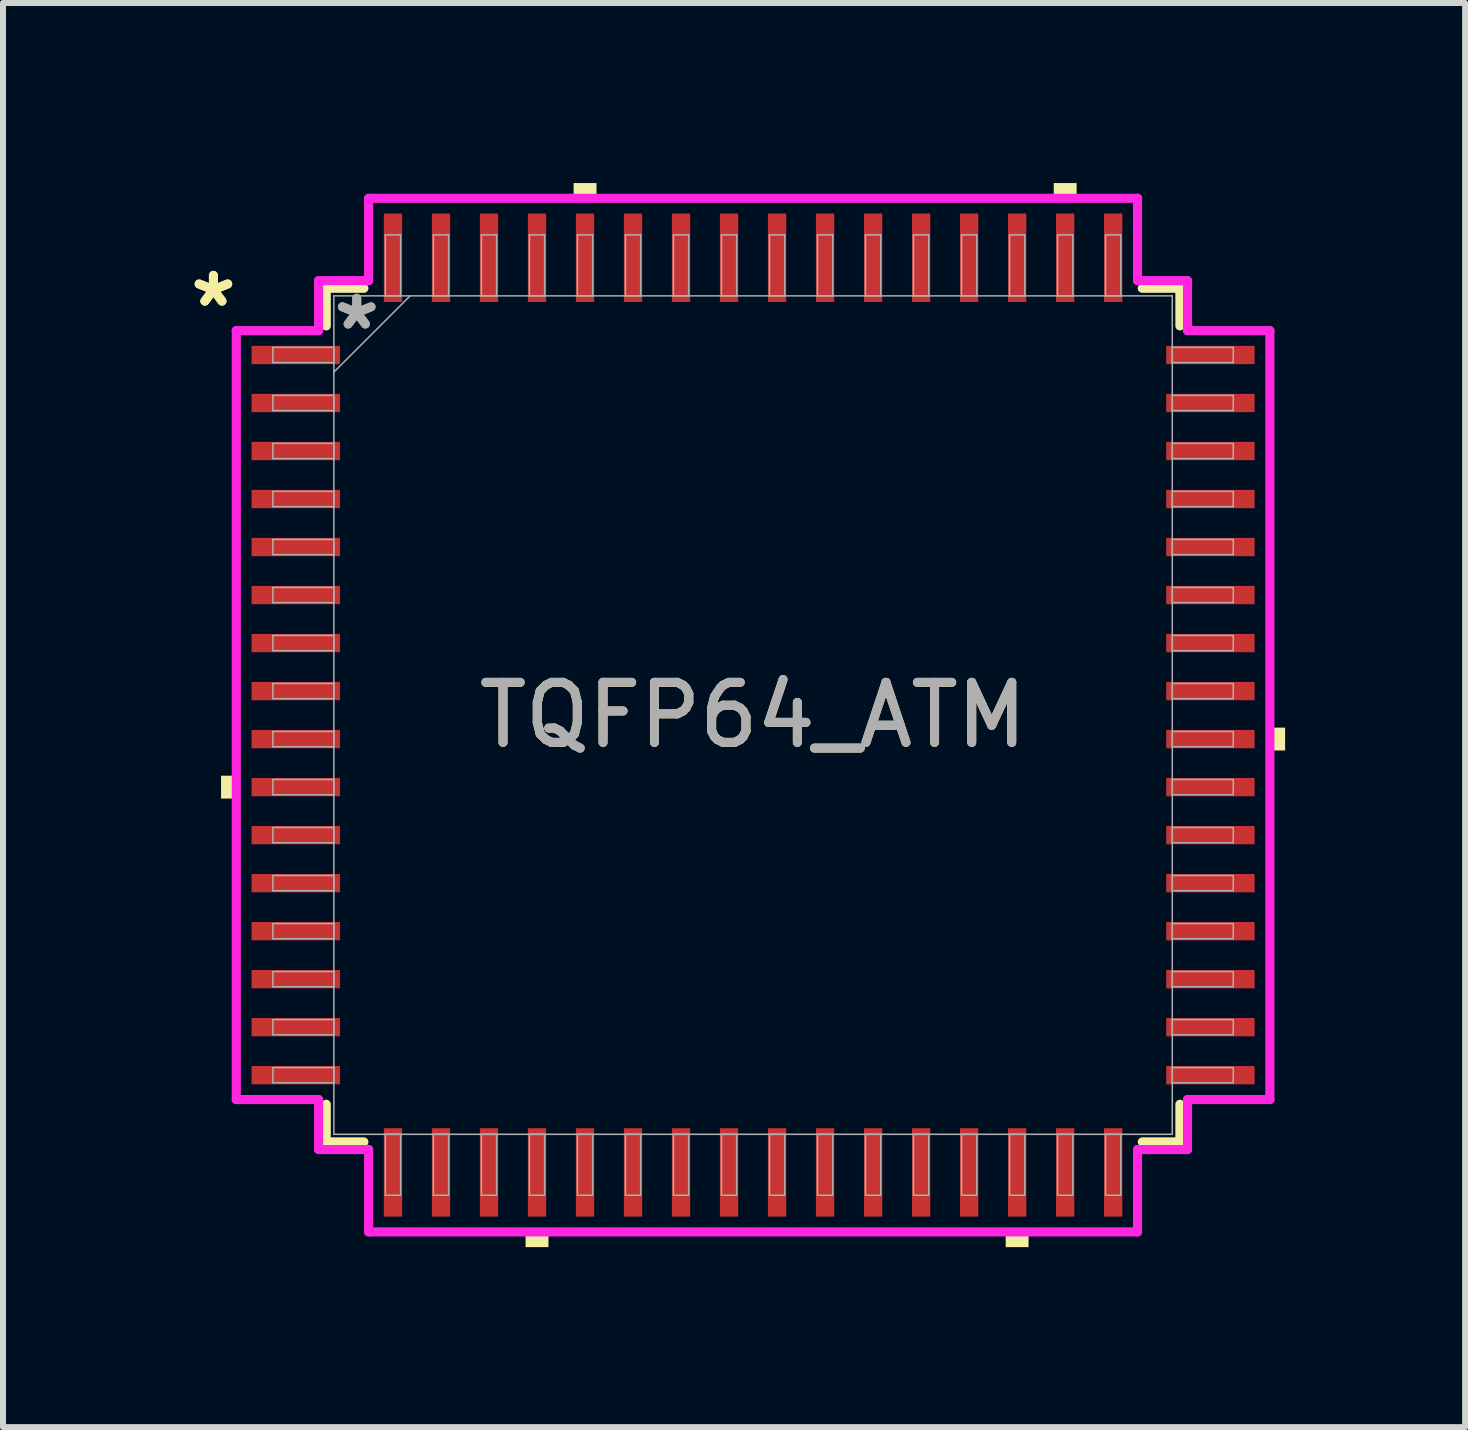
<source format=kicad_pcb>
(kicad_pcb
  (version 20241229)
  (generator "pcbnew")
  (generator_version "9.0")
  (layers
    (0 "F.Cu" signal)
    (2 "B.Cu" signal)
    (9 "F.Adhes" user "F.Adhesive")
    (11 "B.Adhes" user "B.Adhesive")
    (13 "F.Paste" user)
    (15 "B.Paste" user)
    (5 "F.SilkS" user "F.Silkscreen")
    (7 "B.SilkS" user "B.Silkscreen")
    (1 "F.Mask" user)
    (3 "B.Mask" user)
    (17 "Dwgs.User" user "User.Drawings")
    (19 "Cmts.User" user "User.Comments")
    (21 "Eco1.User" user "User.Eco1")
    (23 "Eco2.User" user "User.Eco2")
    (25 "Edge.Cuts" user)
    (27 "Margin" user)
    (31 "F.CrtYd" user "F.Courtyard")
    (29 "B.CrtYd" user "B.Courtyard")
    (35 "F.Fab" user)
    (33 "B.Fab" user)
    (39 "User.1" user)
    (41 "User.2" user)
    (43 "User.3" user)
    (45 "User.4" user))
  (footprint "TQFP64_ATM"
    (layer "F.Cu")
    (at 9.498 8.865)
    (property "Reference" "TQFP64_ATM" (at 0 0 0) (unlocked yes) (layer "F.SilkS") (effects (font (size 1 1) (thickness 0.15))))
    (attr smd)
    (fp_line (start -7.112 -7.112) (end -7.112 -6.485) (stroke (width 0.152) (type solid)) (layer "F.SilkS"))
    (fp_line (start -7.112 6.485) (end -7.112 7.112) (stroke (width 0.152) (type solid)) (layer "F.SilkS"))
    (fp_line (start -7.112 7.112) (end -6.485 7.112) (stroke (width 0.152) (type solid)) (layer "F.SilkS"))
    (fp_line (start -6.485 -7.112) (end -7.112 -7.112) (stroke (width 0.152) (type solid)) (layer "F.SilkS"))
    (fp_line (start 6.485 7.112) (end 7.112 7.112) (stroke (width 0.152) (type solid)) (layer "F.SilkS"))
    (fp_line (start 7.112 -7.112) (end 6.485 -7.112) (stroke (width 0.152) (type solid)) (layer "F.SilkS"))
    (fp_line (start 7.112 -6.485) (end 7.112 -7.112) (stroke (width 0.152) (type solid)) (layer "F.SilkS"))
    (fp_line (start 7.112 7.112) (end 7.112 6.485) (stroke (width 0.152) (type solid)) (layer "F.SilkS"))
    (fp_poly (pts (xy -8.865 1.01) (xy -8.865 1.391) (xy -8.611 1.391) (xy -8.611 1.01)) (stroke (width 0) (type solid)) (fill yes) (layer "F.SilkS"))
    (fp_poly (pts (xy -3.791 8.611) (xy -3.791 8.865) (xy -3.409 8.865) (xy -3.409 8.611)) (stroke (width 0) (type solid)) (fill yes) (layer "F.SilkS"))
    (fp_poly (pts (xy -2.99 -8.611) (xy -2.99 -8.865) (xy -2.609 -8.865) (xy -2.609 -8.611)) (stroke (width 0) (type solid)) (fill yes) (layer "F.SilkS"))
    (fp_poly (pts (xy 4.209 8.611) (xy 4.209 8.865) (xy 4.59 8.865) (xy 4.59 8.611)) (stroke (width 0) (type solid)) (fill yes) (layer "F.SilkS"))
    (fp_poly (pts (xy 5.01 -8.611) (xy 5.01 -8.865) (xy 5.391 -8.865) (xy 5.391 -8.611)) (stroke (width 0) (type solid)) (fill yes) (layer "F.SilkS"))
    (fp_poly (pts (xy 8.865 0.209) (xy 8.865 0.59) (xy 8.611 0.59) (xy 8.611 0.209)) (stroke (width 0) (type solid)) (fill yes) (layer "F.SilkS"))
    (fp_line (start -8.611 -6.406) (end -7.239 -6.406) (stroke (width 0.152) (type solid)) (layer "F.CrtYd"))
    (fp_line (start -8.611 6.406) (end -8.611 -6.406) (stroke (width 0.152) (type solid)) (layer "F.CrtYd"))
    (fp_line (start -7.239 -7.239) (end -6.406 -7.239) (stroke (width 0.152) (type solid)) (layer "F.CrtYd"))
    (fp_line (start -7.239 -6.406) (end -7.239 -7.239) (stroke (width 0.152) (type solid)) (layer "F.CrtYd"))
    (fp_line (start -7.239 6.406) (end -8.611 6.406) (stroke (width 0.152) (type solid)) (layer "F.CrtYd"))
    (fp_line (start -7.239 7.239) (end -7.239 6.406) (stroke (width 0.152) (type solid)) (layer "F.CrtYd"))
    (fp_line (start -7.239 7.239) (end -6.406 7.239) (stroke (width 0.152) (type solid)) (layer "F.CrtYd"))
    (fp_line (start -6.406 -8.611) (end 6.406 -8.611) (stroke (width 0.152) (type solid)) (layer "F.CrtYd"))
    (fp_line (start -6.406 -7.239) (end -6.406 -8.611) (stroke (width 0.152) (type solid)) (layer "F.CrtYd"))
    (fp_line (start -6.406 7.239) (end -6.406 8.611) (stroke (width 0.152) (type solid)) (layer "F.CrtYd"))
    (fp_line (start -6.406 8.611) (end 6.406 8.611) (stroke (width 0.152) (type solid)) (layer "F.CrtYd"))
    (fp_line (start 6.406 -8.611) (end 6.406 -7.239) (stroke (width 0.152) (type solid)) (layer "F.CrtYd"))
    (fp_line (start 6.406 -7.239) (end 7.239 -7.239) (stroke (width 0.152) (type solid)) (layer "F.CrtYd"))
    (fp_line (start 6.406 7.239) (end 7.239 7.239) (stroke (width 0.152) (type solid)) (layer "F.CrtYd"))
    (fp_line (start 6.406 8.611) (end 6.406 7.239) (stroke (width 0.152) (type solid)) (layer "F.CrtYd"))
    (fp_line (start 7.239 -6.406) (end 7.239 -7.239) (stroke (width 0.152) (type solid)) (layer "F.CrtYd"))
    (fp_line (start 7.239 6.406) (end 8.611 6.406) (stroke (width 0.152) (type solid)) (layer "F.CrtYd"))
    (fp_line (start 7.239 7.239) (end 7.239 6.406) (stroke (width 0.152) (type solid)) (layer "F.CrtYd"))
    (fp_line (start 8.611 -6.406) (end 7.239 -6.406) (stroke (width 0.152) (type solid)) (layer "F.CrtYd"))
    (fp_line (start 8.611 6.406) (end 8.611 -6.406) (stroke (width 0.152) (type solid)) (layer "F.CrtYd"))
    (fp_line (start -8.001 -6.127) (end -8.001 -5.873) (stroke (width 0.025) (type solid)) (layer "F.Fab"))
    (fp_line (start -8.001 -5.873) (end -6.985 -5.873) (stroke (width 0.025) (type solid)) (layer "F.Fab"))
    (fp_line (start -8.001 -5.327) (end -8.001 -5.073) (stroke (width 0.025) (type solid)) (layer "F.Fab"))
    (fp_line (start -8.001 -5.073) (end -6.985 -5.073) (stroke (width 0.025) (type solid)) (layer "F.Fab"))
    (fp_line (start -8.001 -4.527) (end -8.001 -4.273) (stroke (width 0.025) (type solid)) (layer "F.Fab"))
    (fp_line (start -8.001 -4.273) (end -6.985 -4.273) (stroke (width 0.025) (type solid)) (layer "F.Fab"))
    (fp_line (start -8.001 -3.727) (end -8.001 -3.473) (stroke (width 0.025) (type solid)) (layer "F.Fab"))
    (fp_line (start -8.001 -3.473) (end -6.985 -3.473) (stroke (width 0.025) (type solid)) (layer "F.Fab"))
    (fp_line (start -8.001 -2.927) (end -8.001 -2.673) (stroke (width 0.025) (type solid)) (layer "F.Fab"))
    (fp_line (start -8.001 -2.673) (end -6.985 -2.673) (stroke (width 0.025) (type solid)) (layer "F.Fab"))
    (fp_line (start -8.001 -2.127) (end -8.001 -1.873) (stroke (width 0.025) (type solid)) (layer "F.Fab"))
    (fp_line (start -8.001 -1.873) (end -6.985 -1.873) (stroke (width 0.025) (type solid)) (layer "F.Fab"))
    (fp_line (start -8.001 -1.327) (end -8.001 -1.073) (stroke (width 0.025) (type solid)) (layer "F.Fab"))
    (fp_line (start -8.001 -1.073) (end -6.985 -1.073) (stroke (width 0.025) (type solid)) (layer "F.Fab"))
    (fp_line (start -8.001 -0.527) (end -8.001 -0.273) (stroke (width 0.025) (type solid)) (layer "F.Fab"))
    (fp_line (start -8.001 -0.273) (end -6.985 -0.273) (stroke (width 0.025) (type solid)) (layer "F.Fab"))
    (fp_line (start -8.001 0.273) (end -8.001 0.527) (stroke (width 0.025) (type solid)) (layer "F.Fab"))
    (fp_line (start -8.001 0.527) (end -6.985 0.527) (stroke (width 0.025) (type solid)) (layer "F.Fab"))
    (fp_line (start -8.001 1.073) (end -8.001 1.327) (stroke (width 0.025) (type solid)) (layer "F.Fab"))
    (fp_line (start -8.001 1.327) (end -6.985 1.327) (stroke (width 0.025) (type solid)) (layer "F.Fab"))
    (fp_line (start -8.001 1.873) (end -8.001 2.127) (stroke (width 0.025) (type solid)) (layer "F.Fab"))
    (fp_line (start -8.001 2.127) (end -6.985 2.127) (stroke (width 0.025) (type solid)) (layer "F.Fab"))
    (fp_line (start -8.001 2.673) (end -8.001 2.927) (stroke (width 0.025) (type solid)) (layer "F.Fab"))
    (fp_line (start -8.001 2.927) (end -6.985 2.927) (stroke (width 0.025) (type solid)) (layer "F.Fab"))
    (fp_line (start -8.001 3.473) (end -8.001 3.727) (stroke (width 0.025) (type solid)) (layer "F.Fab"))
    (fp_line (start -8.001 3.727) (end -6.985 3.727) (stroke (width 0.025) (type solid)) (layer "F.Fab"))
    (fp_line (start -8.001 4.273) (end -8.001 4.527) (stroke (width 0.025) (type solid)) (layer "F.Fab"))
    (fp_line (start -8.001 4.527) (end -6.985 4.527) (stroke (width 0.025) (type solid)) (layer "F.Fab"))
    (fp_line (start -8.001 5.073) (end -8.001 5.327) (stroke (width 0.025) (type solid)) (layer "F.Fab"))
    (fp_line (start -8.001 5.327) (end -6.985 5.327) (stroke (width 0.025) (type solid)) (layer "F.Fab"))
    (fp_line (start -8.001 5.873) (end -8.001 6.127) (stroke (width 0.025) (type solid)) (layer "F.Fab"))
    (fp_line (start -8.001 6.127) (end -6.985 6.127) (stroke (width 0.025) (type solid)) (layer "F.Fab"))
    (fp_line (start -6.985 -6.985) (end -6.985 -6.985) (stroke (width 0.025) (type solid)) (layer "F.Fab"))
    (fp_line (start -6.985 -6.985) (end -6.985 6.985) (stroke (width 0.025) (type solid)) (layer "F.Fab"))
    (fp_line (start -6.985 -6.127) (end -8.001 -6.127) (stroke (width 0.025) (type solid)) (layer "F.Fab"))
    (fp_line (start -6.985 -5.873) (end -6.985 -6.127) (stroke (width 0.025) (type solid)) (layer "F.Fab"))
    (fp_line (start -6.985 -5.715) (end -5.715 -6.985) (stroke (width 0.025) (type solid)) (layer "F.Fab"))
    (fp_line (start -6.985 -5.327) (end -8.001 -5.327) (stroke (width 0.025) (type solid)) (layer "F.Fab"))
    (fp_line (start -6.985 -5.073) (end -6.985 -5.327) (stroke (width 0.025) (type solid)) (layer "F.Fab"))
    (fp_line (start -6.985 -4.527) (end -8.001 -4.527) (stroke (width 0.025) (type solid)) (layer "F.Fab"))
    (fp_line (start -6.985 -4.273) (end -6.985 -4.527) (stroke (width 0.025) (type solid)) (layer "F.Fab"))
    (fp_line (start -6.985 -3.727) (end -8.001 -3.727) (stroke (width 0.025) (type solid)) (layer "F.Fab"))
    (fp_line (start -6.985 -3.473) (end -6.985 -3.727) (stroke (width 0.025) (type solid)) (layer "F.Fab"))
    (fp_line (start -6.985 -2.927) (end -8.001 -2.927) (stroke (width 0.025) (type solid)) (layer "F.Fab"))
    (fp_line (start -6.985 -2.673) (end -6.985 -2.927) (stroke (width 0.025) (type solid)) (layer "F.Fab"))
    (fp_line (start -6.985 -2.127) (end -8.001 -2.127) (stroke (width 0.025) (type solid)) (layer "F.Fab"))
    (fp_line (start -6.985 -1.873) (end -6.985 -2.127) (stroke (width 0.025) (type solid)) (layer "F.Fab"))
    (fp_line (start -6.985 -1.327) (end -8.001 -1.327) (stroke (width 0.025) (type solid)) (layer "F.Fab"))
    (fp_line (start -6.985 -1.073) (end -6.985 -1.327) (stroke (width 0.025) (type solid)) (layer "F.Fab"))
    (fp_line (start -6.985 -0.527) (end -8.001 -0.527) (stroke (width 0.025) (type solid)) (layer "F.Fab"))
    (fp_line (start -6.985 -0.273) (end -6.985 -0.527) (stroke (width 0.025) (type solid)) (layer "F.Fab"))
    (fp_line (start -6.985 0.273) (end -8.001 0.273) (stroke (width 0.025) (type solid)) (layer "F.Fab"))
    (fp_line (start -6.985 0.527) (end -6.985 0.273) (stroke (width 0.025) (type solid)) (layer "F.Fab"))
    (fp_line (start -6.985 1.073) (end -8.001 1.073) (stroke (width 0.025) (type solid)) (layer "F.Fab"))
    (fp_line (start -6.985 1.327) (end -6.985 1.073) (stroke (width 0.025) (type solid)) (layer "F.Fab"))
    (fp_line (start -6.985 1.873) (end -8.001 1.873) (stroke (width 0.025) (type solid)) (layer "F.Fab"))
    (fp_line (start -6.985 2.127) (end -6.985 1.873) (stroke (width 0.025) (type solid)) (layer "F.Fab"))
    (fp_line (start -6.985 2.673) (end -8.001 2.673) (stroke (width 0.025) (type solid)) (layer "F.Fab"))
    (fp_line (start -6.985 2.927) (end -6.985 2.673) (stroke (width 0.025) (type solid)) (layer "F.Fab"))
    (fp_line (start -6.985 3.473) (end -8.001 3.473) (stroke (width 0.025) (type solid)) (layer "F.Fab"))
    (fp_line (start -6.985 3.727) (end -6.985 3.473) (stroke (width 0.025) (type solid)) (layer "F.Fab"))
    (fp_line (start -6.985 4.273) (end -8.001 4.273) (stroke (width 0.025) (type solid)) (layer "F.Fab"))
    (fp_line (start -6.985 4.527) (end -6.985 4.273) (stroke (width 0.025) (type solid)) (layer "F.Fab"))
    (fp_line (start -6.985 5.073) (end -8.001 5.073) (stroke (width 0.025) (type solid)) (layer "F.Fab"))
    (fp_line (start -6.985 5.327) (end -6.985 5.073) (stroke (width 0.025) (type solid)) (layer "F.Fab"))
    (fp_line (start -6.985 5.873) (end -8.001 5.873) (stroke (width 0.025) (type solid)) (layer "F.Fab"))
    (fp_line (start -6.985 6.127) (end -6.985 5.873) (stroke (width 0.025) (type solid)) (layer "F.Fab"))
    (fp_line (start -6.985 6.985) (end -6.985 6.985) (stroke (width 0.025) (type solid)) (layer "F.Fab"))
    (fp_line (start -6.985 6.985) (end 6.985 6.985) (stroke (width 0.025) (type solid)) (layer "F.Fab"))
    (fp_line (start -6.127 -8.001) (end -6.127 -6.985) (stroke (width 0.025) (type solid)) (layer "F.Fab"))
    (fp_line (start -6.127 -6.985) (end -5.873 -6.985) (stroke (width 0.025) (type solid)) (layer "F.Fab"))
    (fp_line (start -6.127 6.985) (end -6.127 8.001) (stroke (width 0.025) (type solid)) (layer "F.Fab"))
    (fp_line (start -6.127 8.001) (end -5.873 8.001) (stroke (width 0.025) (type solid)) (layer "F.Fab"))
    (fp_line (start -5.873 -8.001) (end -6.127 -8.001) (stroke (width 0.025) (type solid)) (layer "F.Fab"))
    (fp_line (start -5.873 -6.985) (end -5.873 -8.001) (stroke (width 0.025) (type solid)) (layer "F.Fab"))
    (fp_line (start -5.873 6.985) (end -6.127 6.985) (stroke (width 0.025) (type solid)) (layer "F.Fab"))
    (fp_line (start -5.873 8.001) (end -5.873 6.985) (stroke (width 0.025) (type solid)) (layer "F.Fab"))
    (fp_line (start -5.327 -8.001) (end -5.327 -6.985) (stroke (width 0.025) (type solid)) (layer "F.Fab"))
    (fp_line (start -5.327 -6.985) (end -5.073 -6.985) (stroke (width 0.025) (type solid)) (layer "F.Fab"))
    (fp_line (start -5.327 6.985) (end -5.327 8.001) (stroke (width 0.025) (type solid)) (layer "F.Fab"))
    (fp_line (start -5.327 8.001) (end -5.073 8.001) (stroke (width 0.025) (type solid)) (layer "F.Fab"))
    (fp_line (start -5.073 -8.001) (end -5.327 -8.001) (stroke (width 0.025) (type solid)) (layer "F.Fab"))
    (fp_line (start -5.073 -6.985) (end -5.073 -8.001) (stroke (width 0.025) (type solid)) (layer "F.Fab"))
    (fp_line (start -5.073 6.985) (end -5.327 6.985) (stroke (width 0.025) (type solid)) (layer "F.Fab"))
    (fp_line (start -5.073 8.001) (end -5.073 6.985) (stroke (width 0.025) (type solid)) (layer "F.Fab"))
    (fp_line (start -4.527 -8.001) (end -4.527 -6.985) (stroke (width 0.025) (type solid)) (layer "F.Fab"))
    (fp_line (start -4.527 -6.985) (end -4.273 -6.985) (stroke (width 0.025) (type solid)) (layer "F.Fab"))
    (fp_line (start -4.527 6.985) (end -4.527 8.001) (stroke (width 0.025) (type solid)) (layer "F.Fab"))
    (fp_line (start -4.527 8.001) (end -4.273 8.001) (stroke (width 0.025) (type solid)) (layer "F.Fab"))
    (fp_line (start -4.273 -8.001) (end -4.527 -8.001) (stroke (width 0.025) (type solid)) (layer "F.Fab"))
    (fp_line (start -4.273 -6.985) (end -4.273 -8.001) (stroke (width 0.025) (type solid)) (layer "F.Fab"))
    (fp_line (start -4.273 6.985) (end -4.527 6.985) (stroke (width 0.025) (type solid)) (layer "F.Fab"))
    (fp_line (start -4.273 8.001) (end -4.273 6.985) (stroke (width 0.025) (type solid)) (layer "F.Fab"))
    (fp_line (start -3.727 -8.001) (end -3.727 -6.985) (stroke (width 0.025) (type solid)) (layer "F.Fab"))
    (fp_line (start -3.727 -6.985) (end -3.473 -6.985) (stroke (width 0.025) (type solid)) (layer "F.Fab"))
    (fp_line (start -3.727 6.985) (end -3.727 8.001) (stroke (width 0.025) (type solid)) (layer "F.Fab"))
    (fp_line (start -3.727 8.001) (end -3.473 8.001) (stroke (width 0.025) (type solid)) (layer "F.Fab"))
    (fp_line (start -3.473 -8.001) (end -3.727 -8.001) (stroke (width 0.025) (type solid)) (layer "F.Fab"))
    (fp_line (start -3.473 -6.985) (end -3.473 -8.001) (stroke (width 0.025) (type solid)) (layer "F.Fab"))
    (fp_line (start -3.473 6.985) (end -3.727 6.985) (stroke (width 0.025) (type solid)) (layer "F.Fab"))
    (fp_line (start -3.473 8.001) (end -3.473 6.985) (stroke (width 0.025) (type solid)) (layer "F.Fab"))
    (fp_line (start -2.927 -8.001) (end -2.927 -6.985) (stroke (width 0.025) (type solid)) (layer "F.Fab"))
    (fp_line (start -2.927 -6.985) (end -2.673 -6.985) (stroke (width 0.025) (type solid)) (layer "F.Fab"))
    (fp_line (start -2.927 6.985) (end -2.927 8.001) (stroke (width 0.025) (type solid)) (layer "F.Fab"))
    (fp_line (start -2.927 8.001) (end -2.673 8.001) (stroke (width 0.025) (type solid)) (layer "F.Fab"))
    (fp_line (start -2.673 -8.001) (end -2.927 -8.001) (stroke (width 0.025) (type solid)) (layer "F.Fab"))
    (fp_line (start -2.673 -6.985) (end -2.673 -8.001) (stroke (width 0.025) (type solid)) (layer "F.Fab"))
    (fp_line (start -2.673 6.985) (end -2.927 6.985) (stroke (width 0.025) (type solid)) (layer "F.Fab"))
    (fp_line (start -2.673 8.001) (end -2.673 6.985) (stroke (width 0.025) (type solid)) (layer "F.Fab"))
    (fp_line (start -2.127 -8.001) (end -2.127 -6.985) (stroke (width 0.025) (type solid)) (layer "F.Fab"))
    (fp_line (start -2.127 -6.985) (end -1.873 -6.985) (stroke (width 0.025) (type solid)) (layer "F.Fab"))
    (fp_line (start -2.127 6.985) (end -2.127 8.001) (stroke (width 0.025) (type solid)) (layer "F.Fab"))
    (fp_line (start -2.127 8.001) (end -1.873 8.001) (stroke (width 0.025) (type solid)) (layer "F.Fab"))
    (fp_line (start -1.873 -8.001) (end -2.127 -8.001) (stroke (width 0.025) (type solid)) (layer "F.Fab"))
    (fp_line (start -1.873 -6.985) (end -1.873 -8.001) (stroke (width 0.025) (type solid)) (layer "F.Fab"))
    (fp_line (start -1.873 6.985) (end -2.127 6.985) (stroke (width 0.025) (type solid)) (layer "F.Fab"))
    (fp_line (start -1.873 8.001) (end -1.873 6.985) (stroke (width 0.025) (type solid)) (layer "F.Fab"))
    (fp_line (start -1.327 -8.001) (end -1.327 -6.985) (stroke (width 0.025) (type solid)) (layer "F.Fab"))
    (fp_line (start -1.327 -6.985) (end -1.073 -6.985) (stroke (width 0.025) (type solid)) (layer "F.Fab"))
    (fp_line (start -1.327 6.985) (end -1.327 8.001) (stroke (width 0.025) (type solid)) (layer "F.Fab"))
    (fp_line (start -1.327 8.001) (end -1.073 8.001) (stroke (width 0.025) (type solid)) (layer "F.Fab"))
    (fp_line (start -1.073 -8.001) (end -1.327 -8.001) (stroke (width 0.025) (type solid)) (layer "F.Fab"))
    (fp_line (start -1.073 -6.985) (end -1.073 -8.001) (stroke (width 0.025) (type solid)) (layer "F.Fab"))
    (fp_line (start -1.073 6.985) (end -1.327 6.985) (stroke (width 0.025) (type solid)) (layer "F.Fab"))
    (fp_line (start -1.073 8.001) (end -1.073 6.985) (stroke (width 0.025) (type solid)) (layer "F.Fab"))
    (fp_line (start -0.527 -8.001) (end -0.527 -6.985) (stroke (width 0.025) (type solid)) (layer "F.Fab"))
    (fp_line (start -0.527 -6.985) (end -0.273 -6.985) (stroke (width 0.025) (type solid)) (layer "F.Fab"))
    (fp_line (start -0.527 6.985) (end -0.527 8.001) (stroke (width 0.025) (type solid)) (layer "F.Fab"))
    (fp_line (start -0.527 8.001) (end -0.273 8.001) (stroke (width 0.025) (type solid)) (layer "F.Fab"))
    (fp_line (start -0.273 -8.001) (end -0.527 -8.001) (stroke (width 0.025) (type solid)) (layer "F.Fab"))
    (fp_line (start -0.273 -6.985) (end -0.273 -8.001) (stroke (width 0.025) (type solid)) (layer "F.Fab"))
    (fp_line (start -0.273 6.985) (end -0.527 6.985) (stroke (width 0.025) (type solid)) (layer "F.Fab"))
    (fp_line (start -0.273 8.001) (end -0.273 6.985) (stroke (width 0.025) (type solid)) (layer "F.Fab"))
    (fp_line (start 0.273 -8.001) (end 0.273 -6.985) (stroke (width 0.025) (type solid)) (layer "F.Fab"))
    (fp_line (start 0.273 -6.985) (end 0.527 -6.985) (stroke (width 0.025) (type solid)) (layer "F.Fab"))
    (fp_line (start 0.273 6.985) (end 0.273 8.001) (stroke (width 0.025) (type solid)) (layer "F.Fab"))
    (fp_line (start 0.273 8.001) (end 0.527 8.001) (stroke (width 0.025) (type solid)) (layer "F.Fab"))
    (fp_line (start 0.527 -8.001) (end 0.273 -8.001) (stroke (width 0.025) (type solid)) (layer "F.Fab"))
    (fp_line (start 0.527 -6.985) (end 0.527 -8.001) (stroke (width 0.025) (type solid)) (layer "F.Fab"))
    (fp_line (start 0.527 6.985) (end 0.273 6.985) (stroke (width 0.025) (type solid)) (layer "F.Fab"))
    (fp_line (start 0.527 8.001) (end 0.527 6.985) (stroke (width 0.025) (type solid)) (layer "F.Fab"))
    (fp_line (start 1.073 -8.001) (end 1.073 -6.985) (stroke (width 0.025) (type solid)) (layer "F.Fab"))
    (fp_line (start 1.073 -6.985) (end 1.327 -6.985) (stroke (width 0.025) (type solid)) (layer "F.Fab"))
    (fp_line (start 1.073 6.985) (end 1.073 8.001) (stroke (width 0.025) (type solid)) (layer "F.Fab"))
    (fp_line (start 1.073 8.001) (end 1.327 8.001) (stroke (width 0.025) (type solid)) (layer "F.Fab"))
    (fp_line (start 1.327 -8.001) (end 1.073 -8.001) (stroke (width 0.025) (type solid)) (layer "F.Fab"))
    (fp_line (start 1.327 -6.985) (end 1.327 -8.001) (stroke (width 0.025) (type solid)) (layer "F.Fab"))
    (fp_line (start 1.327 6.985) (end 1.073 6.985) (stroke (width 0.025) (type solid)) (layer "F.Fab"))
    (fp_line (start 1.327 8.001) (end 1.327 6.985) (stroke (width 0.025) (type solid)) (layer "F.Fab"))
    (fp_line (start 1.873 -8.001) (end 1.873 -6.985) (stroke (width 0.025) (type solid)) (layer "F.Fab"))
    (fp_line (start 1.873 -6.985) (end 2.127 -6.985) (stroke (width 0.025) (type solid)) (layer "F.Fab"))
    (fp_line (start 1.873 6.985) (end 1.873 8.001) (stroke (width 0.025) (type solid)) (layer "F.Fab"))
    (fp_line (start 1.873 8.001) (end 2.127 8.001) (stroke (width 0.025) (type solid)) (layer "F.Fab"))
    (fp_line (start 2.127 -8.001) (end 1.873 -8.001) (stroke (width 0.025) (type solid)) (layer "F.Fab"))
    (fp_line (start 2.127 -6.985) (end 2.127 -8.001) (stroke (width 0.025) (type solid)) (layer "F.Fab"))
    (fp_line (start 2.127 6.985) (end 1.873 6.985) (stroke (width 0.025) (type solid)) (layer "F.Fab"))
    (fp_line (start 2.127 8.001) (end 2.127 6.985) (stroke (width 0.025) (type solid)) (layer "F.Fab"))
    (fp_line (start 2.673 -8.001) (end 2.673 -6.985) (stroke (width 0.025) (type solid)) (layer "F.Fab"))
    (fp_line (start 2.673 -6.985) (end 2.927 -6.985) (stroke (width 0.025) (type solid)) (layer "F.Fab"))
    (fp_line (start 2.673 6.985) (end 2.673 8.001) (stroke (width 0.025) (type solid)) (layer "F.Fab"))
    (fp_line (start 2.673 8.001) (end 2.927 8.001) (stroke (width 0.025) (type solid)) (layer "F.Fab"))
    (fp_line (start 2.927 -8.001) (end 2.673 -8.001) (stroke (width 0.025) (type solid)) (layer "F.Fab"))
    (fp_line (start 2.927 -6.985) (end 2.927 -8.001) (stroke (width 0.025) (type solid)) (layer "F.Fab"))
    (fp_line (start 2.927 6.985) (end 2.673 6.985) (stroke (width 0.025) (type solid)) (layer "F.Fab"))
    (fp_line (start 2.927 8.001) (end 2.927 6.985) (stroke (width 0.025) (type solid)) (layer "F.Fab"))
    (fp_line (start 3.473 -8.001) (end 3.473 -6.985) (stroke (width 0.025) (type solid)) (layer "F.Fab"))
    (fp_line (start 3.473 -6.985) (end 3.727 -6.985) (stroke (width 0.025) (type solid)) (layer "F.Fab"))
    (fp_line (start 3.473 6.985) (end 3.473 8.001) (stroke (width 0.025) (type solid)) (layer "F.Fab"))
    (fp_line (start 3.473 8.001) (end 3.727 8.001) (stroke (width 0.025) (type solid)) (layer "F.Fab"))
    (fp_line (start 3.727 -8.001) (end 3.473 -8.001) (stroke (width 0.025) (type solid)) (layer "F.Fab"))
    (fp_line (start 3.727 -6.985) (end 3.727 -8.001) (stroke (width 0.025) (type solid)) (layer "F.Fab"))
    (fp_line (start 3.727 6.985) (end 3.473 6.985) (stroke (width 0.025) (type solid)) (layer "F.Fab"))
    (fp_line (start 3.727 8.001) (end 3.727 6.985) (stroke (width 0.025) (type solid)) (layer "F.Fab"))
    (fp_line (start 4.273 -8.001) (end 4.273 -6.985) (stroke (width 0.025) (type solid)) (layer "F.Fab"))
    (fp_line (start 4.273 -6.985) (end 4.527 -6.985) (stroke (width 0.025) (type solid)) (layer "F.Fab"))
    (fp_line (start 4.273 6.985) (end 4.273 8.001) (stroke (width 0.025) (type solid)) (layer "F.Fab"))
    (fp_line (start 4.273 8.001) (end 4.527 8.001) (stroke (width 0.025) (type solid)) (layer "F.Fab"))
    (fp_line (start 4.527 -8.001) (end 4.273 -8.001) (stroke (width 0.025) (type solid)) (layer "F.Fab"))
    (fp_line (start 4.527 -6.985) (end 4.527 -8.001) (stroke (width 0.025) (type solid)) (layer "F.Fab"))
    (fp_line (start 4.527 6.985) (end 4.273 6.985) (stroke (width 0.025) (type solid)) (layer "F.Fab"))
    (fp_line (start 4.527 8.001) (end 4.527 6.985) (stroke (width 0.025) (type solid)) (layer "F.Fab"))
    (fp_line (start 5.073 -8.001) (end 5.073 -6.985) (stroke (width 0.025) (type solid)) (layer "F.Fab"))
    (fp_line (start 5.073 -6.985) (end 5.327 -6.985) (stroke (width 0.025) (type solid)) (layer "F.Fab"))
    (fp_line (start 5.073 6.985) (end 5.073 8.001) (stroke (width 0.025) (type solid)) (layer "F.Fab"))
    (fp_line (start 5.073 8.001) (end 5.327 8.001) (stroke (width 0.025) (type solid)) (layer "F.Fab"))
    (fp_line (start 5.327 -8.001) (end 5.073 -8.001) (stroke (width 0.025) (type solid)) (layer "F.Fab"))
    (fp_line (start 5.327 -6.985) (end 5.327 -8.001) (stroke (width 0.025) (type solid)) (layer "F.Fab"))
    (fp_line (start 5.327 6.985) (end 5.073 6.985) (stroke (width 0.025) (type solid)) (layer "F.Fab"))
    (fp_line (start 5.327 8.001) (end 5.327 6.985) (stroke (width 0.025) (type solid)) (layer "F.Fab"))
    (fp_line (start 5.873 -8.001) (end 5.873 -6.985) (stroke (width 0.025) (type solid)) (layer "F.Fab"))
    (fp_line (start 5.873 -6.985) (end 6.127 -6.985) (stroke (width 0.025) (type solid)) (layer "F.Fab"))
    (fp_line (start 5.873 6.985) (end 5.873 8.001) (stroke (width 0.025) (type solid)) (layer "F.Fab"))
    (fp_line (start 5.873 8.001) (end 6.127 8.001) (stroke (width 0.025) (type solid)) (layer "F.Fab"))
    (fp_line (start 6.127 -8.001) (end 5.873 -8.001) (stroke (width 0.025) (type solid)) (layer "F.Fab"))
    (fp_line (start 6.127 -6.985) (end 6.127 -8.001) (stroke (width 0.025) (type solid)) (layer "F.Fab"))
    (fp_line (start 6.127 6.985) (end 5.873 6.985) (stroke (width 0.025) (type solid)) (layer "F.Fab"))
    (fp_line (start 6.127 8.001) (end 6.127 6.985) (stroke (width 0.025) (type solid)) (layer "F.Fab"))
    (fp_line (start 6.985 -6.985) (end -6.985 -6.985) (stroke (width 0.025) (type solid)) (layer "F.Fab"))
    (fp_line (start 6.985 -6.985) (end 6.985 -6.985) (stroke (width 0.025) (type solid)) (layer "F.Fab"))
    (fp_line (start 6.985 -6.127) (end 6.985 -5.873) (stroke (width 0.025) (type solid)) (layer "F.Fab"))
    (fp_line (start 6.985 -5.873) (end 8.001 -5.873) (stroke (width 0.025) (type solid)) (layer "F.Fab"))
    (fp_line (start 6.985 -5.327) (end 6.985 -5.073) (stroke (width 0.025) (type solid)) (layer "F.Fab"))
    (fp_line (start 6.985 -5.073) (end 8.001 -5.073) (stroke (width 0.025) (type solid)) (layer "F.Fab"))
    (fp_line (start 6.985 -4.527) (end 6.985 -4.273) (stroke (width 0.025) (type solid)) (layer "F.Fab"))
    (fp_line (start 6.985 -4.273) (end 8.001 -4.273) (stroke (width 0.025) (type solid)) (layer "F.Fab"))
    (fp_line (start 6.985 -3.727) (end 6.985 -3.473) (stroke (width 0.025) (type solid)) (layer "F.Fab"))
    (fp_line (start 6.985 -3.473) (end 8.001 -3.473) (stroke (width 0.025) (type solid)) (layer "F.Fab"))
    (fp_line (start 6.985 -2.927) (end 6.985 -2.673) (stroke (width 0.025) (type solid)) (layer "F.Fab"))
    (fp_line (start 6.985 -2.673) (end 8.001 -2.673) (stroke (width 0.025) (type solid)) (layer "F.Fab"))
    (fp_line (start 6.985 -2.127) (end 6.985 -1.873) (stroke (width 0.025) (type solid)) (layer "F.Fab"))
    (fp_line (start 6.985 -1.873) (end 8.001 -1.873) (stroke (width 0.025) (type solid)) (layer "F.Fab"))
    (fp_line (start 6.985 -1.327) (end 6.985 -1.073) (stroke (width 0.025) (type solid)) (layer "F.Fab"))
    (fp_line (start 6.985 -1.073) (end 8.001 -1.073) (stroke (width 0.025) (type solid)) (layer "F.Fab"))
    (fp_line (start 6.985 -0.527) (end 6.985 -0.273) (stroke (width 0.025) (type solid)) (layer "F.Fab"))
    (fp_line (start 6.985 -0.273) (end 8.001 -0.273) (stroke (width 0.025) (type solid)) (layer "F.Fab"))
    (fp_line (start 6.985 0.273) (end 6.985 0.527) (stroke (width 0.025) (type solid)) (layer "F.Fab"))
    (fp_line (start 6.985 0.527) (end 8.001 0.527) (stroke (width 0.025) (type solid)) (layer "F.Fab"))
    (fp_line (start 6.985 1.073) (end 6.985 1.327) (stroke (width 0.025) (type solid)) (layer "F.Fab"))
    (fp_line (start 6.985 1.327) (end 8.001 1.327) (stroke (width 0.025) (type solid)) (layer "F.Fab"))
    (fp_line (start 6.985 1.873) (end 6.985 2.127) (stroke (width 0.025) (type solid)) (layer "F.Fab"))
    (fp_line (start 6.985 2.127) (end 8.001 2.127) (stroke (width 0.025) (type solid)) (layer "F.Fab"))
    (fp_line (start 6.985 2.673) (end 6.985 2.927) (stroke (width 0.025) (type solid)) (layer "F.Fab"))
    (fp_line (start 6.985 2.927) (end 8.001 2.927) (stroke (width 0.025) (type solid)) (layer "F.Fab"))
    (fp_line (start 6.985 3.473) (end 6.985 3.727) (stroke (width 0.025) (type solid)) (layer "F.Fab"))
    (fp_line (start 6.985 3.727) (end 8.001 3.727) (stroke (width 0.025) (type solid)) (layer "F.Fab"))
    (fp_line (start 6.985 4.273) (end 6.985 4.527) (stroke (width 0.025) (type solid)) (layer "F.Fab"))
    (fp_line (start 6.985 4.527) (end 8.001 4.527) (stroke (width 0.025) (type solid)) (layer "F.Fab"))
    (fp_line (start 6.985 5.073) (end 6.985 5.327) (stroke (width 0.025) (type solid)) (layer "F.Fab"))
    (fp_line (start 6.985 5.327) (end 8.001 5.327) (stroke (width 0.025) (type solid)) (layer "F.Fab"))
    (fp_line (start 6.985 5.873) (end 6.985 6.127) (stroke (width 0.025) (type solid)) (layer "F.Fab"))
    (fp_line (start 6.985 6.127) (end 8.001 6.127) (stroke (width 0.025) (type solid)) (layer "F.Fab"))
    (fp_line (start 6.985 6.985) (end 6.985 -6.985) (stroke (width 0.025) (type solid)) (layer "F.Fab"))
    (fp_line (start 6.985 6.985) (end 6.985 6.985) (stroke (width 0.025) (type solid)) (layer "F.Fab"))
    (fp_line (start 8.001 -6.127) (end 6.985 -6.127) (stroke (width 0.025) (type solid)) (layer "F.Fab"))
    (fp_line (start 8.001 -5.873) (end 8.001 -6.127) (stroke (width 0.025) (type solid)) (layer "F.Fab"))
    (fp_line (start 8.001 -5.327) (end 6.985 -5.327) (stroke (width 0.025) (type solid)) (layer "F.Fab"))
    (fp_line (start 8.001 -5.073) (end 8.001 -5.327) (stroke (width 0.025) (type solid)) (layer "F.Fab"))
    (fp_line (start 8.001 -4.527) (end 6.985 -4.527) (stroke (width 0.025) (type solid)) (layer "F.Fab"))
    (fp_line (start 8.001 -4.273) (end 8.001 -4.527) (stroke (width 0.025) (type solid)) (layer "F.Fab"))
    (fp_line (start 8.001 -3.727) (end 6.985 -3.727) (stroke (width 0.025) (type solid)) (layer "F.Fab"))
    (fp_line (start 8.001 -3.473) (end 8.001 -3.727) (stroke (width 0.025) (type solid)) (layer "F.Fab"))
    (fp_line (start 8.001 -2.927) (end 6.985 -2.927) (stroke (width 0.025) (type solid)) (layer "F.Fab"))
    (fp_line (start 8.001 -2.673) (end 8.001 -2.927) (stroke (width 0.025) (type solid)) (layer "F.Fab"))
    (fp_line (start 8.001 -2.127) (end 6.985 -2.127) (stroke (width 0.025) (type solid)) (layer "F.Fab"))
    (fp_line (start 8.001 -1.873) (end 8.001 -2.127) (stroke (width 0.025) (type solid)) (layer "F.Fab"))
    (fp_line (start 8.001 -1.327) (end 6.985 -1.327) (stroke (width 0.025) (type solid)) (layer "F.Fab"))
    (fp_line (start 8.001 -1.073) (end 8.001 -1.327) (stroke (width 0.025) (type solid)) (layer "F.Fab"))
    (fp_line (start 8.001 -0.527) (end 6.985 -0.527) (stroke (width 0.025) (type solid)) (layer "F.Fab"))
    (fp_line (start 8.001 -0.273) (end 8.001 -0.527) (stroke (width 0.025) (type solid)) (layer "F.Fab"))
    (fp_line (start 8.001 0.273) (end 6.985 0.273) (stroke (width 0.025) (type solid)) (layer "F.Fab"))
    (fp_line (start 8.001 0.527) (end 8.001 0.273) (stroke (width 0.025) (type solid)) (layer "F.Fab"))
    (fp_line (start 8.001 1.073) (end 6.985 1.073) (stroke (width 0.025) (type solid)) (layer "F.Fab"))
    (fp_line (start 8.001 1.327) (end 8.001 1.073) (stroke (width 0.025) (type solid)) (layer "F.Fab"))
    (fp_line (start 8.001 1.873) (end 6.985 1.873) (stroke (width 0.025) (type solid)) (layer "F.Fab"))
    (fp_line (start 8.001 2.127) (end 8.001 1.873) (stroke (width 0.025) (type solid)) (layer "F.Fab"))
    (fp_line (start 8.001 2.673) (end 6.985 2.673) (stroke (width 0.025) (type solid)) (layer "F.Fab"))
    (fp_line (start 8.001 2.927) (end 8.001 2.673) (stroke (width 0.025) (type solid)) (layer "F.Fab"))
    (fp_line (start 8.001 3.473) (end 6.985 3.473) (stroke (width 0.025) (type solid)) (layer "F.Fab"))
    (fp_line (start 8.001 3.727) (end 8.001 3.473) (stroke (width 0.025) (type solid)) (layer "F.Fab"))
    (fp_line (start 8.001 4.273) (end 6.985 4.273) (stroke (width 0.025) (type solid)) (layer "F.Fab"))
    (fp_line (start 8.001 4.527) (end 8.001 4.273) (stroke (width 0.025) (type solid)) (layer "F.Fab"))
    (fp_line (start 8.001 5.073) (end 6.985 5.073) (stroke (width 0.025) (type solid)) (layer "F.Fab"))
    (fp_line (start 8.001 5.327) (end 8.001 5.073) (stroke (width 0.025) (type solid)) (layer "F.Fab"))
    (fp_line (start 8.001 5.873) (end 6.985 5.873) (stroke (width 0.025) (type solid)) (layer "F.Fab"))
    (fp_line (start 8.001 6.127) (end 8.001 5.873) (stroke (width 0.025) (type solid)) (layer "F.Fab"))
    (fp_text user "*" (at -8.992 -6.781 0) (unlocked yes) (layer "F.SilkS") (effects (font (size 1 1) (thickness 0.15))))
    (fp_text user "*" (at -8.992 -6.781 0) (layer "F.SilkS") (effects (font (size 1 1) (thickness 0.15))))
    (fp_text user "*" (at -6.604 -6.4 0) (unlocked yes) (layer "F.Fab") (effects (font (size 1 1) (thickness 0.15))))
    (fp_text user "*" (at -6.604 -6.4 0) (layer "F.Fab") (effects (font (size 1 1) (thickness 0.15))))
    (fp_text user "${REFERENCE}" (at 0 0 0) (unlocked yes) (layer "F.Fab") (effects (font (size 1 1) (thickness 0.15))))
    (pad "1" smd rect (at -7.62 -6 90) (size 0.305 1.473) (layers "F.Cu" "F.Mask" "F.Paste"))
    (pad "2" smd rect (at -7.62 -5.2 90) (size 0.305 1.473) (layers "F.Cu" "F.Mask" "F.Paste"))
    (pad "3" smd rect (at -7.62 -4.4 90) (size 0.305 1.473) (layers "F.Cu" "F.Mask" "F.Paste"))
    (pad "4" smd rect (at -7.62 -3.6 90) (size 0.305 1.473) (layers "F.Cu" "F.Mask" "F.Paste"))
    (pad "5" smd rect (at -7.62 -2.8 90) (size 0.305 1.473) (layers "F.Cu" "F.Mask" "F.Paste"))
    (pad "6" smd rect (at -7.62 -2 90) (size 0.305 1.473) (layers "F.Cu" "F.Mask" "F.Paste"))
    (pad "7" smd rect (at -7.62 -1.2 90) (size 0.305 1.473) (layers "F.Cu" "F.Mask" "F.Paste"))
    (pad "8" smd rect (at -7.62 -0.4 90) (size 0.305 1.473) (layers "F.Cu" "F.Mask" "F.Paste"))
    (pad "9" smd rect (at -7.62 0.4 90) (size 0.305 1.473) (layers "F.Cu" "F.Mask" "F.Paste"))
    (pad "10" smd rect (at -7.62 1.2 90) (size 0.305 1.473) (layers "F.Cu" "F.Mask" "F.Paste"))
    (pad "11" smd rect (at -7.62 2 90) (size 0.305 1.473) (layers "F.Cu" "F.Mask" "F.Paste"))
    (pad "12" smd rect (at -7.62 2.8 90) (size 0.305 1.473) (layers "F.Cu" "F.Mask" "F.Paste"))
    (pad "13" smd rect (at -7.62 3.6 90) (size 0.305 1.473) (layers "F.Cu" "F.Mask" "F.Paste"))
    (pad "14" smd rect (at -7.62 4.4 90) (size 0.305 1.473) (layers "F.Cu" "F.Mask" "F.Paste"))
    (pad "15" smd rect (at -7.62 5.2 90) (size 0.305 1.473) (layers "F.Cu" "F.Mask" "F.Paste"))
    (pad "16" smd rect (at -7.62 6 90) (size 0.305 1.473) (layers "F.Cu" "F.Mask" "F.Paste"))
    (pad "17" smd rect (at -6 7.62) (size 0.305 1.473) (layers "F.Cu" "F.Mask" "F.Paste"))
    (pad "18" smd rect (at -5.2 7.62) (size 0.305 1.473) (layers "F.Cu" "F.Mask" "F.Paste"))
    (pad "19" smd rect (at -4.4 7.62) (size 0.305 1.473) (layers "F.Cu" "F.Mask" "F.Paste"))
    (pad "20" smd rect (at -3.6 7.62) (size 0.305 1.473) (layers "F.Cu" "F.Mask" "F.Paste"))
    (pad "21" smd rect (at -2.8 7.62) (size 0.305 1.473) (layers "F.Cu" "F.Mask" "F.Paste"))
    (pad "22" smd rect (at -2 7.62) (size 0.305 1.473) (layers "F.Cu" "F.Mask" "F.Paste"))
    (pad "23" smd rect (at -1.2 7.62) (size 0.305 1.473) (layers "F.Cu" "F.Mask" "F.Paste"))
    (pad "24" smd rect (at -0.4 7.62) (size 0.305 1.473) (layers "F.Cu" "F.Mask" "F.Paste"))
    (pad "25" smd rect (at 0.4 7.62) (size 0.305 1.473) (layers "F.Cu" "F.Mask" "F.Paste"))
    (pad "26" smd rect (at 1.2 7.62) (size 0.305 1.473) (layers "F.Cu" "F.Mask" "F.Paste"))
    (pad "27" smd rect (at 2 7.62) (size 0.305 1.473) (layers "F.Cu" "F.Mask" "F.Paste"))
    (pad "28" smd rect (at 2.8 7.62) (size 0.305 1.473) (layers "F.Cu" "F.Mask" "F.Paste"))
    (pad "29" smd rect (at 3.6 7.62) (size 0.305 1.473) (layers "F.Cu" "F.Mask" "F.Paste"))
    (pad "30" smd rect (at 4.4 7.62) (size 0.305 1.473) (layers "F.Cu" "F.Mask" "F.Paste"))
    (pad "31" smd rect (at 5.2 7.62) (size 0.305 1.473) (layers "F.Cu" "F.Mask" "F.Paste"))
    (pad "32" smd rect (at 6 7.62) (size 0.305 1.473) (layers "F.Cu" "F.Mask" "F.Paste"))
    (pad "33" smd rect (at 7.62 6 90) (size 0.305 1.473) (layers "F.Cu" "F.Mask" "F.Paste"))
    (pad "34" smd rect (at 7.62 5.2 90) (size 0.305 1.473) (layers "F.Cu" "F.Mask" "F.Paste"))
    (pad "35" smd rect (at 7.62 4.4 90) (size 0.305 1.473) (layers "F.Cu" "F.Mask" "F.Paste"))
    (pad "36" smd rect (at 7.62 3.6 90) (size 0.305 1.473) (layers "F.Cu" "F.Mask" "F.Paste"))
    (pad "37" smd rect (at 7.62 2.8 90) (size 0.305 1.473) (layers "F.Cu" "F.Mask" "F.Paste"))
    (pad "38" smd rect (at 7.62 2 90) (size 0.305 1.473) (layers "F.Cu" "F.Mask" "F.Paste"))
    (pad "39" smd rect (at 7.62 1.2 90) (size 0.305 1.473) (layers "F.Cu" "F.Mask" "F.Paste"))
    (pad "40" smd rect (at 7.62 0.4 90) (size 0.305 1.473) (layers "F.Cu" "F.Mask" "F.Paste"))
    (pad "41" smd rect (at 7.62 -0.4 90) (size 0.305 1.473) (layers "F.Cu" "F.Mask" "F.Paste"))
    (pad "42" smd rect (at 7.62 -1.2 90) (size 0.305 1.473) (layers "F.Cu" "F.Mask" "F.Paste"))
    (pad "43" smd rect (at 7.62 -2 90) (size 0.305 1.473) (layers "F.Cu" "F.Mask" "F.Paste"))
    (pad "44" smd rect (at 7.62 -2.8 90) (size 0.305 1.473) (layers "F.Cu" "F.Mask" "F.Paste"))
    (pad "45" smd rect (at 7.62 -3.6 90) (size 0.305 1.473) (layers "F.Cu" "F.Mask" "F.Paste"))
    (pad "46" smd rect (at 7.62 -4.4 90) (size 0.305 1.473) (layers "F.Cu" "F.Mask" "F.Paste"))
    (pad "47" smd rect (at 7.62 -5.2 90) (size 0.305 1.473) (layers "F.Cu" "F.Mask" "F.Paste"))
    (pad "48" smd rect (at 7.62 -6 90) (size 0.305 1.473) (layers "F.Cu" "F.Mask" "F.Paste"))
    (pad "49" smd rect (at 6 -7.62) (size 0.305 1.473) (layers "F.Cu" "F.Mask" "F.Paste"))
    (pad "50" smd rect (at 5.2 -7.62) (size 0.305 1.473) (layers "F.Cu" "F.Mask" "F.Paste"))
    (pad "51" smd rect (at 4.4 -7.62) (size 0.305 1.473) (layers "F.Cu" "F.Mask" "F.Paste"))
    (pad "52" smd rect (at 3.6 -7.62) (size 0.305 1.473) (layers "F.Cu" "F.Mask" "F.Paste"))
    (pad "53" smd rect (at 2.8 -7.62) (size 0.305 1.473) (layers "F.Cu" "F.Mask" "F.Paste"))
    (pad "54" smd rect (at 2 -7.62) (size 0.305 1.473) (layers "F.Cu" "F.Mask" "F.Paste"))
    (pad "55" smd rect (at 1.2 -7.62) (size 0.305 1.473) (layers "F.Cu" "F.Mask" "F.Paste"))
    (pad "56" smd rect (at 0.4 -7.62) (size 0.305 1.473) (layers "F.Cu" "F.Mask" "F.Paste"))
    (pad "57" smd rect (at -0.4 -7.62) (size 0.305 1.473) (layers "F.Cu" "F.Mask" "F.Paste"))
    (pad "58" smd rect (at -1.2 -7.62) (size 0.305 1.473) (layers "F.Cu" "F.Mask" "F.Paste"))
    (pad "59" smd rect (at -2 -7.62) (size 0.305 1.473) (layers "F.Cu" "F.Mask" "F.Paste"))
    (pad "60" smd rect (at -2.8 -7.62) (size 0.305 1.473) (layers "F.Cu" "F.Mask" "F.Paste"))
    (pad "61" smd rect (at -3.6 -7.62) (size 0.305 1.473) (layers "F.Cu" "F.Mask" "F.Paste"))
    (pad "62" smd rect (at -4.4 -7.62) (size 0.305 1.473) (layers "F.Cu" "F.Mask" "F.Paste"))
    (pad "63" smd rect (at -5.2 -7.62) (size 0.305 1.473) (layers "F.Cu" "F.Mask" "F.Paste"))
    (pad "64" smd rect (at -6 -7.62) (size 0.305 1.473) (layers "F.Cu" "F.Mask" "F.Paste")))
  (gr_rect
    (start -3 -3)
    (end 21.362 20.729)
    (stroke (width 0.1) (type default))
    (fill no)
    (layer "Edge.Cuts")))
</source>
